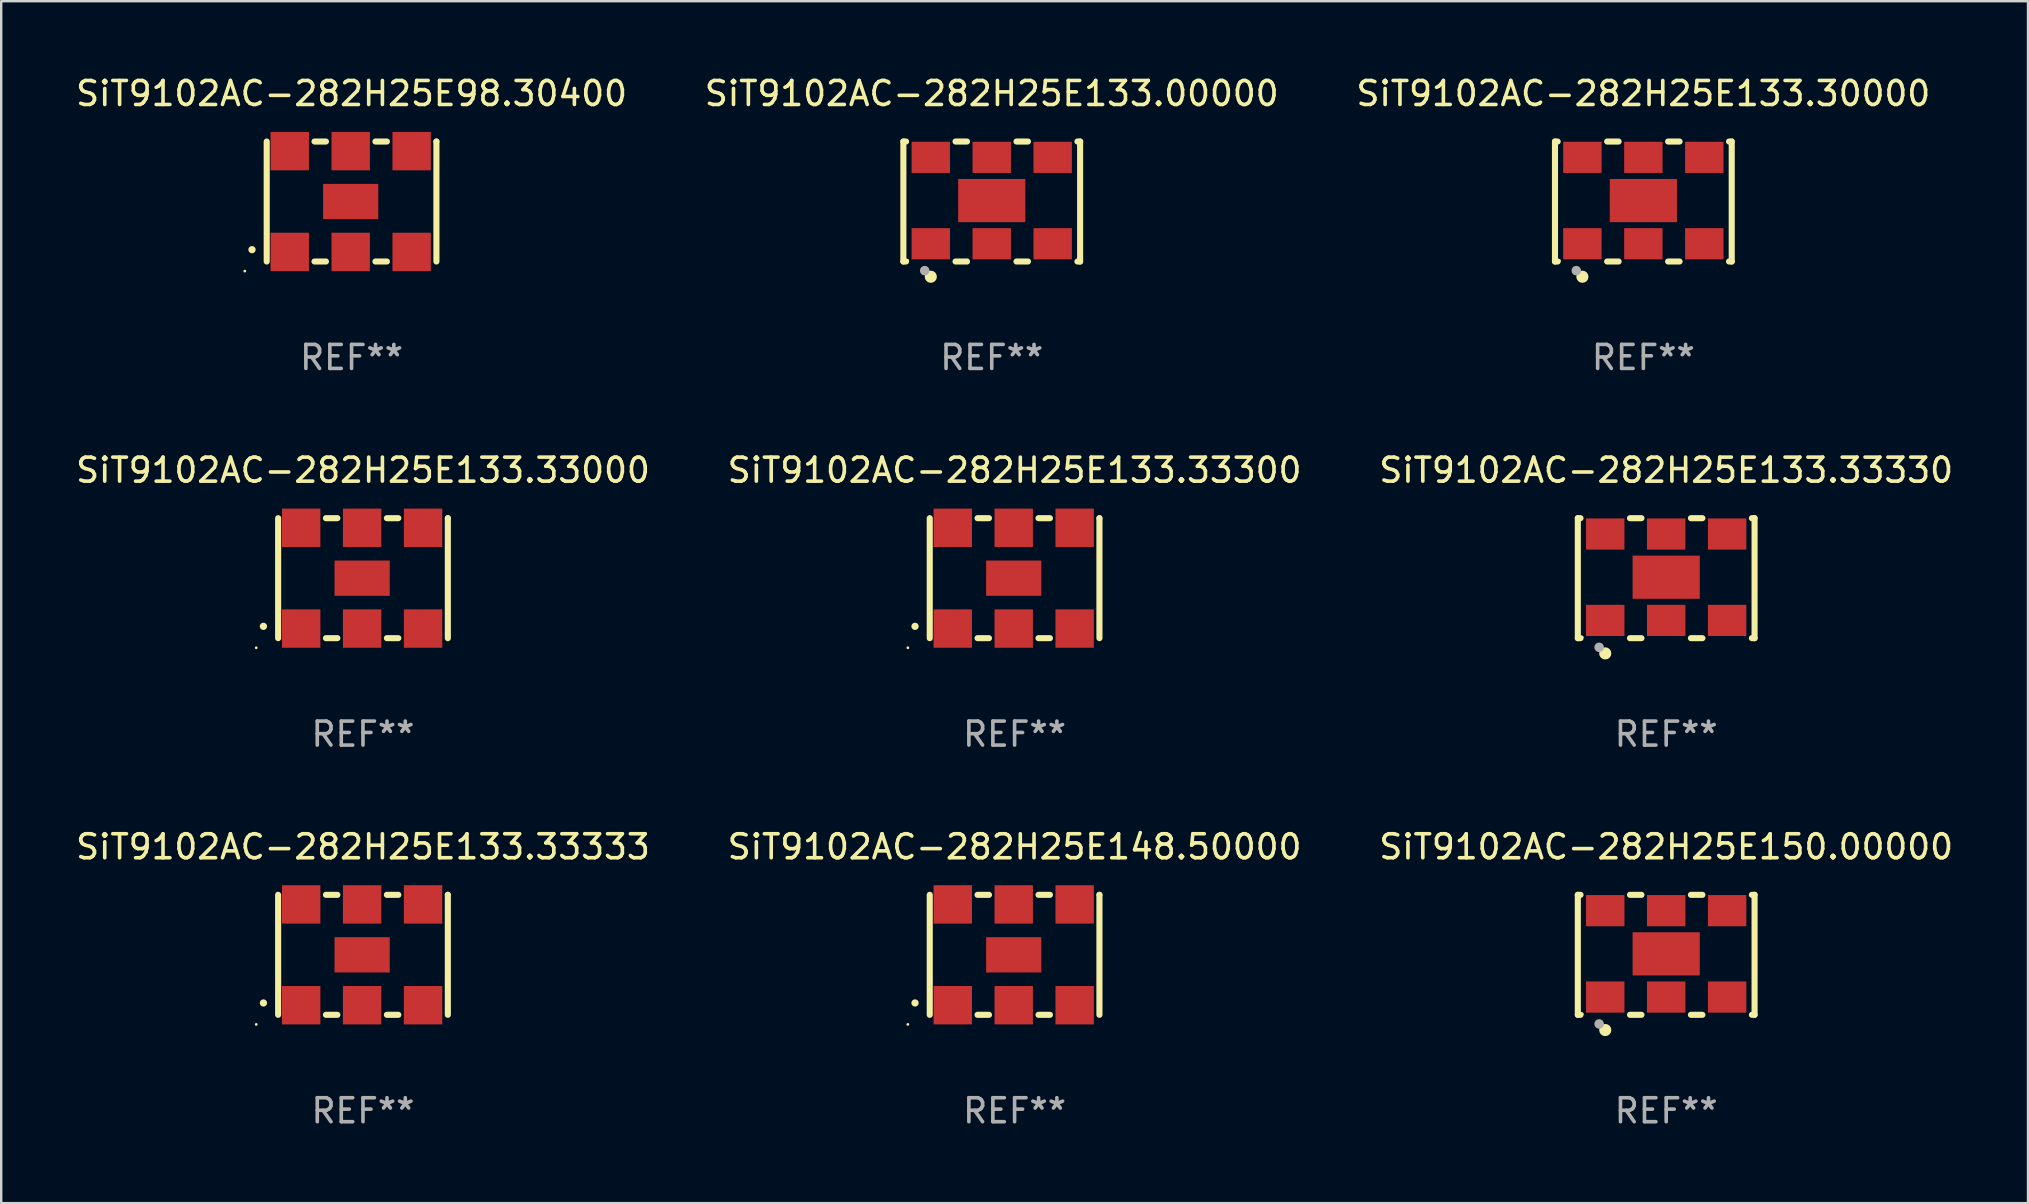
<source format=kicad_pcb>
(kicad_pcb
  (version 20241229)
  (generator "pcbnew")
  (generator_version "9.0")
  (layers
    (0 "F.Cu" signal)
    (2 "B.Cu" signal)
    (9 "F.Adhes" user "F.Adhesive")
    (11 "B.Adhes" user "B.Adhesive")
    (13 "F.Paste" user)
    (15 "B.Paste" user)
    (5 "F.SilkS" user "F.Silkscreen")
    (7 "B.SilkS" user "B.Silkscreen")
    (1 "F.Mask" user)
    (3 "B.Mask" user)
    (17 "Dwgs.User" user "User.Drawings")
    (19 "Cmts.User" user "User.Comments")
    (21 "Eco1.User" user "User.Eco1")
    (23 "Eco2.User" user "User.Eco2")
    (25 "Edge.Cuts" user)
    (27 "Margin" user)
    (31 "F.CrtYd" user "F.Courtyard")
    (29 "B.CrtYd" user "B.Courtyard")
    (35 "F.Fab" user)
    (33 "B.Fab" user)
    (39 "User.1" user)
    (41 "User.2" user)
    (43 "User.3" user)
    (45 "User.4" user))
  (footprint "SiT9102AC-282H25E133.33333"
    (layer "F.Cu")
    (at 12.077 36.741)
    (property "Reference" "SiT9102AC-282H25E133.33333" (at 0 -4.5 0) (layer "F.SilkS") (effects (font (size 1 1) (thickness 0.15))))
    (attr through_hole)
    (fp_line (start -3.536 -2.5) (end -3.536 2.5) (stroke (width 0.254) (type solid)) (layer "F.SilkS"))
    (fp_line (start -1.544 2.5) (end -1.067 2.5) (stroke (width 0.254) (type solid)) (layer "F.SilkS"))
    (fp_line (start -1.067 -2.5) (end -1.544 -2.5) (stroke (width 0.254) (type solid)) (layer "F.SilkS"))
    (fp_line (start 0.996 2.5) (end 1.473 2.5) (stroke (width 0.254) (type solid)) (layer "F.SilkS"))
    (fp_line (start 1.473 -2.5) (end 0.996 -2.5) (stroke (width 0.254) (type solid)) (layer "F.SilkS"))
    (fp_line (start 3.536 -2.5) (end 3.536 -2.5) (stroke (width 0.254) (type solid)) (layer "F.SilkS"))
    (fp_line (start 3.536 2.5) (end 3.536 -2.5) (stroke (width 0.254) (type solid)) (layer "F.SilkS"))
    (fp_arc (start -4.150432 2.006604) (mid -4.149162 2.006599) (end -4.147892 2.006604) (stroke (width 0.3) (type solid)) (layer "F.SilkS"))
    (fp_circle (center -4.449 2.9) (end -4.419 2.9) (stroke (width 0.06) (type solid)) (fill no) (layer "F.SilkS"))
    (fp_text user "REF**" (at 0 6.5 0) (layer "F.Fab") (effects (font (size 1 1) (thickness 0.15))))
    (pad "1" smd rect (at -2.576 2.1) (size 1.6 1.6) (layers "F.Cu" "F.Mask" "F.Paste"))
    (pad "2" smd rect (at -0.036 2.1) (size 1.6 1.6) (layers "F.Cu" "F.Mask" "F.Paste"))
    (pad "3" smd rect (at 2.504 2.1) (size 1.6 1.6) (layers "F.Cu" "F.Mask" "F.Paste"))
    (pad "4" smd rect (at 2.504 -2.1) (size 1.6 1.6) (layers "F.Cu" "F.Mask" "F.Paste"))
    (pad "5" smd rect (at -0.036 -2.1) (size 1.6 1.6) (layers "F.Cu" "F.Mask" "F.Paste"))
    (pad "6" smd rect (at -2.576 -2.1) (size 1.6 1.6) (layers "F.Cu" "F.Mask" "F.Paste"))
    (pad "7" smd rect (at -0.036 0) (size 2.3 1.47) (layers "F.Cu" "F.Mask" "F.Paste")))
  (footprint "SiT9102AC-282H25E133.33000"
    (layer "F.Cu")
    (at 12.077 21.045)
    (property "Reference" "SiT9102AC-282H25E133.33000" (at 0 -4.5 0) (layer "F.SilkS") (effects (font (size 1 1) (thickness 0.15))))
    (attr through_hole)
    (fp_line (start -3.536 -2.5) (end -3.536 2.5) (stroke (width 0.254) (type solid)) (layer "F.SilkS"))
    (fp_line (start -1.544 2.5) (end -1.067 2.5) (stroke (width 0.254) (type solid)) (layer "F.SilkS"))
    (fp_line (start -1.067 -2.5) (end -1.544 -2.5) (stroke (width 0.254) (type solid)) (layer "F.SilkS"))
    (fp_line (start 0.996 2.5) (end 1.473 2.5) (stroke (width 0.254) (type solid)) (layer "F.SilkS"))
    (fp_line (start 1.473 -2.5) (end 0.996 -2.5) (stroke (width 0.254) (type solid)) (layer "F.SilkS"))
    (fp_line (start 3.536 -2.5) (end 3.536 -2.5) (stroke (width 0.254) (type solid)) (layer "F.SilkS"))
    (fp_line (start 3.536 2.5) (end 3.536 -2.5) (stroke (width 0.254) (type solid)) (layer "F.SilkS"))
    (fp_arc (start -4.150432 2.006604) (mid -4.149162 2.006599) (end -4.147892 2.006604) (stroke (width 0.3) (type solid)) (layer "F.SilkS"))
    (fp_circle (center -4.449 2.9) (end -4.419 2.9) (stroke (width 0.06) (type solid)) (fill no) (layer "F.SilkS"))
    (fp_text user "REF**" (at 0 6.5 0) (layer "F.Fab") (effects (font (size 1 1) (thickness 0.15))))
    (pad "1" smd rect (at -2.576 2.1) (size 1.6 1.6) (layers "F.Cu" "F.Mask" "F.Paste"))
    (pad "2" smd rect (at -0.036 2.1) (size 1.6 1.6) (layers "F.Cu" "F.Mask" "F.Paste"))
    (pad "3" smd rect (at 2.504 2.1) (size 1.6 1.6) (layers "F.Cu" "F.Mask" "F.Paste"))
    (pad "4" smd rect (at 2.504 -2.1) (size 1.6 1.6) (layers "F.Cu" "F.Mask" "F.Paste"))
    (pad "5" smd rect (at -0.036 -2.1) (size 1.6 1.6) (layers "F.Cu" "F.Mask" "F.Paste"))
    (pad "6" smd rect (at -2.576 -2.1) (size 1.6 1.6) (layers "F.Cu" "F.Mask" "F.Paste"))
    (pad "7" smd rect (at -0.036 0) (size 2.3 1.47) (layers "F.Cu" "F.Mask" "F.Paste")))
  (footprint "SiT9102AC-282H25E150.00000"
    (layer "F.Cu")
    (at 66.387 36.741)
    (property "Reference" "SiT9102AC-282H25E150.00000" (at 0 -4.5 0) (layer "F.SilkS") (effects (font (size 1 1) (thickness 0.15))))
    (attr through_hole)
    (fp_line (start -3.683 -2.5) (end -3.571 -2.5) (stroke (width 0.254) (type solid)) (layer "F.SilkS"))
    (fp_line (start -3.683 2.5) (end -3.683 -2.5) (stroke (width 0.254) (type solid)) (layer "F.SilkS"))
    (fp_line (start -3.683 2.5) (end -3.571 2.5) (stroke (width 0.254) (type solid)) (layer "F.SilkS"))
    (fp_line (start -1.509 -2.5) (end -1.031 -2.5) (stroke (width 0.254) (type solid)) (layer "F.SilkS"))
    (fp_line (start -1.509 2.5) (end -1.031 2.5) (stroke (width 0.254) (type solid)) (layer "F.SilkS"))
    (fp_line (start 1.031 -2.5) (end 1.509 -2.5) (stroke (width 0.254) (type solid)) (layer "F.SilkS"))
    (fp_line (start 1.031 2.5) (end 1.509 2.5) (stroke (width 0.254) (type solid)) (layer "F.SilkS"))
    (fp_line (start 3.571 -2.5) (end 3.683 -2.5) (stroke (width 0.254) (type solid)) (layer "F.SilkS"))
    (fp_line (start 3.571 2.5) (end 3.683 2.5) (stroke (width 0.254) (type solid)) (layer "F.SilkS"))
    (fp_line (start 3.683 2.5) (end 3.683 -2.5) (stroke (width 0.254) (type solid)) (layer "F.SilkS"))
    (fp_circle (center -3.5 2.46) (end -3.47 2.46) (stroke (width 0.06) (type solid)) (fill no) (layer "F.SilkS"))
    (fp_circle (center -2.54 3.135) (end -2.413 3.135) (stroke (width 0.254) (type solid)) (fill no) (layer "F.SilkS"))
    (fp_circle (center -2.794 2.881) (end -2.694 2.881) (stroke (width 0.2) (type solid)) (fill no) (layer "F.Fab"))
    (fp_text user "REF**" (at 0 6.5 0) (layer "F.Fab") (effects (font (size 1 1) (thickness 0.15))))
    (pad "1" smd rect (at -2.54 1.76) (size 1.6 1.3) (layers "F.Cu" "F.Mask" "F.Paste"))
    (pad "2" smd rect (at 0 1.76) (size 1.6 1.3) (layers "F.Cu" "F.Mask" "F.Paste"))
    (pad "3" smd rect (at 2.54 1.76) (size 1.6 1.3) (layers "F.Cu" "F.Mask" "F.Paste"))
    (pad "4" smd rect (at 2.54 -1.84) (size 1.6 1.3) (layers "F.Cu" "F.Mask" "F.Paste"))
    (pad "5" smd rect (at 0 -1.84) (size 1.6 1.3) (layers "F.Cu" "F.Mask" "F.Paste"))
    (pad "6" smd rect (at -2.54 -1.84) (size 1.6 1.3) (layers "F.Cu" "F.Mask" "F.Paste"))
    (pad "7" smd rect (at 0 -0.04) (size 2.8 1.8) (layers "F.Cu" "F.Mask" "F.Paste")))
  (footprint "SiT9102AC-282H25E98.30400"
    (layer "F.Cu")
    (at 11.601 5.348)
    (property "Reference" "SiT9102AC-282H25E98.30400" (at 0 -4.5 0) (layer "F.SilkS") (effects (font (size 1 1) (thickness 0.15))))
    (attr through_hole)
    (fp_line (start -3.536 -2.5) (end -3.536 2.5) (stroke (width 0.254) (type solid)) (layer "F.SilkS"))
    (fp_line (start -1.544 2.5) (end -1.067 2.5) (stroke (width 0.254) (type solid)) (layer "F.SilkS"))
    (fp_line (start -1.067 -2.5) (end -1.544 -2.5) (stroke (width 0.254) (type solid)) (layer "F.SilkS"))
    (fp_line (start 0.996 2.5) (end 1.473 2.5) (stroke (width 0.254) (type solid)) (layer "F.SilkS"))
    (fp_line (start 1.473 -2.5) (end 0.996 -2.5) (stroke (width 0.254) (type solid)) (layer "F.SilkS"))
    (fp_line (start 3.536 -2.5) (end 3.536 -2.5) (stroke (width 0.254) (type solid)) (layer "F.SilkS"))
    (fp_line (start 3.536 2.5) (end 3.536 -2.5) (stroke (width 0.254) (type solid)) (layer "F.SilkS"))
    (fp_arc (start -4.150432 2.006604) (mid -4.149162 2.006599) (end -4.147892 2.006604) (stroke (width 0.3) (type solid)) (layer "F.SilkS"))
    (fp_circle (center -4.449 2.9) (end -4.419 2.9) (stroke (width 0.06) (type solid)) (fill no) (layer "F.SilkS"))
    (fp_text user "REF**" (at 0 6.5 0) (layer "F.Fab") (effects (font (size 1 1) (thickness 0.15))))
    (pad "1" smd rect (at -2.576 2.1) (size 1.6 1.6) (layers "F.Cu" "F.Mask" "F.Paste"))
    (pad "2" smd rect (at -0.036 2.1) (size 1.6 1.6) (layers "F.Cu" "F.Mask" "F.Paste"))
    (pad "3" smd rect (at 2.504 2.1) (size 1.6 1.6) (layers "F.Cu" "F.Mask" "F.Paste"))
    (pad "4" smd rect (at 2.504 -2.1) (size 1.6 1.6) (layers "F.Cu" "F.Mask" "F.Paste"))
    (pad "5" smd rect (at -0.036 -2.1) (size 1.6 1.6) (layers "F.Cu" "F.Mask" "F.Paste"))
    (pad "6" smd rect (at -2.576 -2.1) (size 1.6 1.6) (layers "F.Cu" "F.Mask" "F.Paste"))
    (pad "7" smd rect (at -0.036 0) (size 2.3 1.47) (layers "F.Cu" "F.Mask" "F.Paste")))
  (footprint "SiT9102AC-282H25E133.00000"
    (layer "F.Cu")
    (at 38.28 5.348)
    (property "Reference" "SiT9102AC-282H25E133.00000" (at 0 -4.5 0) (layer "F.SilkS") (effects (font (size 1 1) (thickness 0.15))))
    (attr through_hole)
    (fp_line (start -3.683 -2.5) (end -3.571 -2.5) (stroke (width 0.254) (type solid)) (layer "F.SilkS"))
    (fp_line (start -3.683 2.5) (end -3.683 -2.5) (stroke (width 0.254) (type solid)) (layer "F.SilkS"))
    (fp_line (start -3.683 2.5) (end -3.571 2.5) (stroke (width 0.254) (type solid)) (layer "F.SilkS"))
    (fp_line (start -1.509 -2.5) (end -1.031 -2.5) (stroke (width 0.254) (type solid)) (layer "F.SilkS"))
    (fp_line (start -1.509 2.5) (end -1.031 2.5) (stroke (width 0.254) (type solid)) (layer "F.SilkS"))
    (fp_line (start 1.031 -2.5) (end 1.509 -2.5) (stroke (width 0.254) (type solid)) (layer "F.SilkS"))
    (fp_line (start 1.031 2.5) (end 1.509 2.5) (stroke (width 0.254) (type solid)) (layer "F.SilkS"))
    (fp_line (start 3.571 -2.5) (end 3.683 -2.5) (stroke (width 0.254) (type solid)) (layer "F.SilkS"))
    (fp_line (start 3.571 2.5) (end 3.683 2.5) (stroke (width 0.254) (type solid)) (layer "F.SilkS"))
    (fp_line (start 3.683 2.5) (end 3.683 -2.5) (stroke (width 0.254) (type solid)) (layer "F.SilkS"))
    (fp_circle (center -3.5 2.46) (end -3.47 2.46) (stroke (width 0.06) (type solid)) (fill no) (layer "F.SilkS"))
    (fp_circle (center -2.54 3.135) (end -2.413 3.135) (stroke (width 0.254) (type solid)) (fill no) (layer "F.SilkS"))
    (fp_circle (center -2.794 2.881) (end -2.694 2.881) (stroke (width 0.2) (type solid)) (fill no) (layer "F.Fab"))
    (fp_text user "REF**" (at 0 6.5 0) (layer "F.Fab") (effects (font (size 1 1) (thickness 0.15))))
    (pad "1" smd rect (at -2.54 1.76) (size 1.6 1.3) (layers "F.Cu" "F.Mask" "F.Paste"))
    (pad "2" smd rect (at 0 1.76) (size 1.6 1.3) (layers "F.Cu" "F.Mask" "F.Paste"))
    (pad "3" smd rect (at 2.54 1.76) (size 1.6 1.3) (layers "F.Cu" "F.Mask" "F.Paste"))
    (pad "4" smd rect (at 2.54 -1.84) (size 1.6 1.3) (layers "F.Cu" "F.Mask" "F.Paste"))
    (pad "5" smd rect (at 0 -1.84) (size 1.6 1.3) (layers "F.Cu" "F.Mask" "F.Paste"))
    (pad "6" smd rect (at -2.54 -1.84) (size 1.6 1.3) (layers "F.Cu" "F.Mask" "F.Paste"))
    (pad "7" smd rect (at 0 -0.04) (size 2.8 1.8) (layers "F.Cu" "F.Mask" "F.Paste")))
  (footprint "SiT9102AC-282H25E133.33300"
    (layer "F.Cu")
    (at 39.232 21.045)
    (property "Reference" "SiT9102AC-282H25E133.33300" (at 0 -4.5 0) (layer "F.SilkS") (effects (font (size 1 1) (thickness 0.15))))
    (attr through_hole)
    (fp_line (start -3.536 -2.5) (end -3.536 2.5) (stroke (width 0.254) (type solid)) (layer "F.SilkS"))
    (fp_line (start -1.544 2.5) (end -1.067 2.5) (stroke (width 0.254) (type solid)) (layer "F.SilkS"))
    (fp_line (start -1.067 -2.5) (end -1.544 -2.5) (stroke (width 0.254) (type solid)) (layer "F.SilkS"))
    (fp_line (start 0.996 2.5) (end 1.473 2.5) (stroke (width 0.254) (type solid)) (layer "F.SilkS"))
    (fp_line (start 1.473 -2.5) (end 0.996 -2.5) (stroke (width 0.254) (type solid)) (layer "F.SilkS"))
    (fp_line (start 3.536 -2.5) (end 3.536 -2.5) (stroke (width 0.254) (type solid)) (layer "F.SilkS"))
    (fp_line (start 3.536 2.5) (end 3.536 -2.5) (stroke (width 0.254) (type solid)) (layer "F.SilkS"))
    (fp_arc (start -4.150432 2.006604) (mid -4.149162 2.006599) (end -4.147892 2.006604) (stroke (width 0.3) (type solid)) (layer "F.SilkS"))
    (fp_circle (center -4.449 2.9) (end -4.419 2.9) (stroke (width 0.06) (type solid)) (fill no) (layer "F.SilkS"))
    (fp_text user "REF**" (at 0 6.5 0) (layer "F.Fab") (effects (font (size 1 1) (thickness 0.15))))
    (pad "1" smd rect (at -2.576 2.1) (size 1.6 1.6) (layers "F.Cu" "F.Mask" "F.Paste"))
    (pad "2" smd rect (at -0.036 2.1) (size 1.6 1.6) (layers "F.Cu" "F.Mask" "F.Paste"))
    (pad "3" smd rect (at 2.504 2.1) (size 1.6 1.6) (layers "F.Cu" "F.Mask" "F.Paste"))
    (pad "4" smd rect (at 2.504 -2.1) (size 1.6 1.6) (layers "F.Cu" "F.Mask" "F.Paste"))
    (pad "5" smd rect (at -0.036 -2.1) (size 1.6 1.6) (layers "F.Cu" "F.Mask" "F.Paste"))
    (pad "6" smd rect (at -2.576 -2.1) (size 1.6 1.6) (layers "F.Cu" "F.Mask" "F.Paste"))
    (pad "7" smd rect (at -0.036 0) (size 2.3 1.47) (layers "F.Cu" "F.Mask" "F.Paste")))
  (footprint "SiT9102AC-282H25E148.50000"
    (layer "F.Cu")
    (at 39.232 36.741)
    (property "Reference" "SiT9102AC-282H25E148.50000" (at 0 -4.5 0) (layer "F.SilkS") (effects (font (size 1 1) (thickness 0.15))))
    (attr through_hole)
    (fp_line (start -3.536 -2.5) (end -3.536 2.5) (stroke (width 0.254) (type solid)) (layer "F.SilkS"))
    (fp_line (start -1.544 2.5) (end -1.067 2.5) (stroke (width 0.254) (type solid)) (layer "F.SilkS"))
    (fp_line (start -1.067 -2.5) (end -1.544 -2.5) (stroke (width 0.254) (type solid)) (layer "F.SilkS"))
    (fp_line (start 0.996 2.5) (end 1.473 2.5) (stroke (width 0.254) (type solid)) (layer "F.SilkS"))
    (fp_line (start 1.473 -2.5) (end 0.996 -2.5) (stroke (width 0.254) (type solid)) (layer "F.SilkS"))
    (fp_line (start 3.536 -2.5) (end 3.536 -2.5) (stroke (width 0.254) (type solid)) (layer "F.SilkS"))
    (fp_line (start 3.536 2.5) (end 3.536 -2.5) (stroke (width 0.254) (type solid)) (layer "F.SilkS"))
    (fp_arc (start -4.150432 2.006604) (mid -4.149162 2.006599) (end -4.147892 2.006604) (stroke (width 0.3) (type solid)) (layer "F.SilkS"))
    (fp_circle (center -4.449 2.9) (end -4.419 2.9) (stroke (width 0.06) (type solid)) (fill no) (layer "F.SilkS"))
    (fp_text user "REF**" (at 0 6.5 0) (layer "F.Fab") (effects (font (size 1 1) (thickness 0.15))))
    (pad "1" smd rect (at -2.576 2.1) (size 1.6 1.6) (layers "F.Cu" "F.Mask" "F.Paste"))
    (pad "2" smd rect (at -0.036 2.1) (size 1.6 1.6) (layers "F.Cu" "F.Mask" "F.Paste"))
    (pad "3" smd rect (at 2.504 2.1) (size 1.6 1.6) (layers "F.Cu" "F.Mask" "F.Paste"))
    (pad "4" smd rect (at 2.504 -2.1) (size 1.6 1.6) (layers "F.Cu" "F.Mask" "F.Paste"))
    (pad "5" smd rect (at -0.036 -2.1) (size 1.6 1.6) (layers "F.Cu" "F.Mask" "F.Paste"))
    (pad "6" smd rect (at -2.576 -2.1) (size 1.6 1.6) (layers "F.Cu" "F.Mask" "F.Paste"))
    (pad "7" smd rect (at -0.036 0) (size 2.3 1.47) (layers "F.Cu" "F.Mask" "F.Paste")))
  (footprint "SiT9102AC-282H25E133.30000"
    (layer "F.Cu")
    (at 65.435 5.348)
    (property "Reference" "SiT9102AC-282H25E133.30000" (at 0 -4.5 0) (layer "F.SilkS") (effects (font (size 1 1) (thickness 0.15))))
    (attr through_hole)
    (fp_line (start -3.683 -2.5) (end -3.571 -2.5) (stroke (width 0.254) (type solid)) (layer "F.SilkS"))
    (fp_line (start -3.683 2.5) (end -3.683 -2.5) (stroke (width 0.254) (type solid)) (layer "F.SilkS"))
    (fp_line (start -3.683 2.5) (end -3.571 2.5) (stroke (width 0.254) (type solid)) (layer "F.SilkS"))
    (fp_line (start -1.509 -2.5) (end -1.031 -2.5) (stroke (width 0.254) (type solid)) (layer "F.SilkS"))
    (fp_line (start -1.509 2.5) (end -1.031 2.5) (stroke (width 0.254) (type solid)) (layer "F.SilkS"))
    (fp_line (start 1.031 -2.5) (end 1.509 -2.5) (stroke (width 0.254) (type solid)) (layer "F.SilkS"))
    (fp_line (start 1.031 2.5) (end 1.509 2.5) (stroke (width 0.254) (type solid)) (layer "F.SilkS"))
    (fp_line (start 3.571 -2.5) (end 3.683 -2.5) (stroke (width 0.254) (type solid)) (layer "F.SilkS"))
    (fp_line (start 3.571 2.5) (end 3.683 2.5) (stroke (width 0.254) (type solid)) (layer "F.SilkS"))
    (fp_line (start 3.683 2.5) (end 3.683 -2.5) (stroke (width 0.254) (type solid)) (layer "F.SilkS"))
    (fp_circle (center -3.5 2.46) (end -3.47 2.46) (stroke (width 0.06) (type solid)) (fill no) (layer "F.SilkS"))
    (fp_circle (center -2.54 3.135) (end -2.413 3.135) (stroke (width 0.254) (type solid)) (fill no) (layer "F.SilkS"))
    (fp_circle (center -2.794 2.881) (end -2.694 2.881) (stroke (width 0.2) (type solid)) (fill no) (layer "F.Fab"))
    (fp_text user "REF**" (at 0 6.5 0) (layer "F.Fab") (effects (font (size 1 1) (thickness 0.15))))
    (pad "1" smd rect (at -2.54 1.76) (size 1.6 1.3) (layers "F.Cu" "F.Mask" "F.Paste"))
    (pad "2" smd rect (at 0 1.76) (size 1.6 1.3) (layers "F.Cu" "F.Mask" "F.Paste"))
    (pad "3" smd rect (at 2.54 1.76) (size 1.6 1.3) (layers "F.Cu" "F.Mask" "F.Paste"))
    (pad "4" smd rect (at 2.54 -1.84) (size 1.6 1.3) (layers "F.Cu" "F.Mask" "F.Paste"))
    (pad "5" smd rect (at 0 -1.84) (size 1.6 1.3) (layers "F.Cu" "F.Mask" "F.Paste"))
    (pad "6" smd rect (at -2.54 -1.84) (size 1.6 1.3) (layers "F.Cu" "F.Mask" "F.Paste"))
    (pad "7" smd rect (at 0 -0.04) (size 2.8 1.8) (layers "F.Cu" "F.Mask" "F.Paste")))
  (footprint "SiT9102AC-282H25E133.33330"
    (layer "F.Cu")
    (at 66.387 21.045)
    (property "Reference" "SiT9102AC-282H25E133.33330" (at 0 -4.5 0) (layer "F.SilkS") (effects (font (size 1 1) (thickness 0.15))))
    (attr through_hole)
    (fp_line (start -3.683 -2.5) (end -3.571 -2.5) (stroke (width 0.254) (type solid)) (layer "F.SilkS"))
    (fp_line (start -3.683 2.5) (end -3.683 -2.5) (stroke (width 0.254) (type solid)) (layer "F.SilkS"))
    (fp_line (start -3.683 2.5) (end -3.571 2.5) (stroke (width 0.254) (type solid)) (layer "F.SilkS"))
    (fp_line (start -1.509 -2.5) (end -1.031 -2.5) (stroke (width 0.254) (type solid)) (layer "F.SilkS"))
    (fp_line (start -1.509 2.5) (end -1.031 2.5) (stroke (width 0.254) (type solid)) (layer "F.SilkS"))
    (fp_line (start 1.031 -2.5) (end 1.509 -2.5) (stroke (width 0.254) (type solid)) (layer "F.SilkS"))
    (fp_line (start 1.031 2.5) (end 1.509 2.5) (stroke (width 0.254) (type solid)) (layer "F.SilkS"))
    (fp_line (start 3.571 -2.5) (end 3.683 -2.5) (stroke (width 0.254) (type solid)) (layer "F.SilkS"))
    (fp_line (start 3.571 2.5) (end 3.683 2.5) (stroke (width 0.254) (type solid)) (layer "F.SilkS"))
    (fp_line (start 3.683 2.5) (end 3.683 -2.5) (stroke (width 0.254) (type solid)) (layer "F.SilkS"))
    (fp_circle (center -3.5 2.46) (end -3.47 2.46) (stroke (width 0.06) (type solid)) (fill no) (layer "F.SilkS"))
    (fp_circle (center -2.54 3.135) (end -2.413 3.135) (stroke (width 0.254) (type solid)) (fill no) (layer "F.SilkS"))
    (fp_circle (center -2.794 2.881) (end -2.694 2.881) (stroke (width 0.2) (type solid)) (fill no) (layer "F.Fab"))
    (fp_text user "REF**" (at 0 6.5 0) (layer "F.Fab") (effects (font (size 1 1) (thickness 0.15))))
    (pad "1" smd rect (at -2.54 1.76) (size 1.6 1.3) (layers "F.Cu" "F.Mask" "F.Paste"))
    (pad "2" smd rect (at 0 1.76) (size 1.6 1.3) (layers "F.Cu" "F.Mask" "F.Paste"))
    (pad "3" smd rect (at 2.54 1.76) (size 1.6 1.3) (layers "F.Cu" "F.Mask" "F.Paste"))
    (pad "4" smd rect (at 2.54 -1.84) (size 1.6 1.3) (layers "F.Cu" "F.Mask" "F.Paste"))
    (pad "5" smd rect (at 0 -1.84) (size 1.6 1.3) (layers "F.Cu" "F.Mask" "F.Paste"))
    (pad "6" smd rect (at -2.54 -1.84) (size 1.6 1.3) (layers "F.Cu" "F.Mask" "F.Paste"))
    (pad "7" smd rect (at 0 -0.04) (size 2.8 1.8) (layers "F.Cu" "F.Mask" "F.Paste")))
  (gr_rect
    (start -3 -3)
    (end 81.464 47.09)
    (stroke (width 0.1) (type default))
    (fill no)
    (layer "Edge.Cuts")))
</source>
